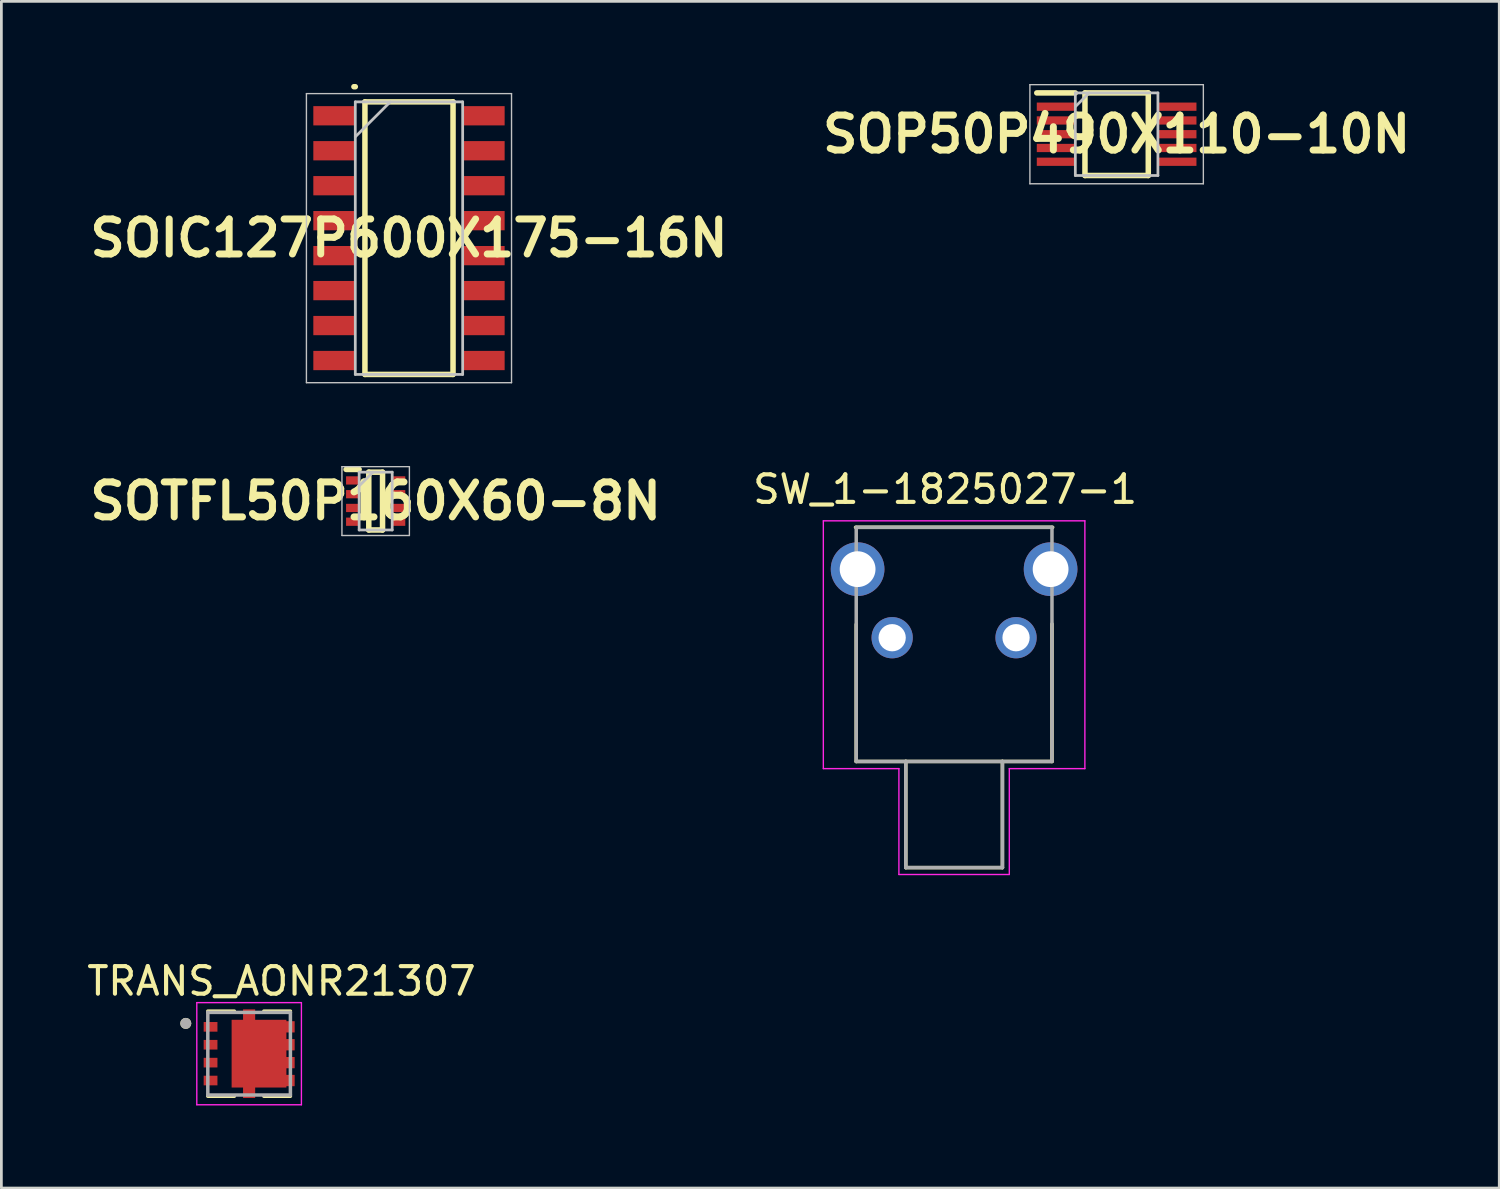
<source format=kicad_pcb>
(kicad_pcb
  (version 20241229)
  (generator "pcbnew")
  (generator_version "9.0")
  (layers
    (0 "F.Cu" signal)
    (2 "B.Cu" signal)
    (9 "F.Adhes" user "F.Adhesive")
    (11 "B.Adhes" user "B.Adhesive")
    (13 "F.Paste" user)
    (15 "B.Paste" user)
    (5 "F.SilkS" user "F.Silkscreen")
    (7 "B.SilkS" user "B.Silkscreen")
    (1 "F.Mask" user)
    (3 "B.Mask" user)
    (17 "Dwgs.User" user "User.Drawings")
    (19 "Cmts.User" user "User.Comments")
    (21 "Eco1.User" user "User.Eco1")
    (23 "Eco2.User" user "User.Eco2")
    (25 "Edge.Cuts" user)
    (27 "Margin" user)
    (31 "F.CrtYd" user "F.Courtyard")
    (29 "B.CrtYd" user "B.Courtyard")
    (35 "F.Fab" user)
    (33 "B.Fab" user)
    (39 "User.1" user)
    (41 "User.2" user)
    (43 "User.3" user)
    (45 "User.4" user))
  (footprint "SW_1-1825027-1"
    (layer "F.Cu")
    (at 31.605 20.113)
    (property "Reference" "SW_1-1825027-1" (at -0.326 -5.389 0) (layer "F.SilkS") (effects (font (size 1.002 1.002) (thickness 0.15))))
    (attr through_hole)
    (fp_line (start -3.58 -4.01) (end 3.58 -4.01) (stroke (width 0.127) (type solid)) (layer "F.SilkS"))
    (fp_line (start -3.555 4.495) (end -3.555 -0.485) (stroke (width 0.127) (type solid)) (layer "F.SilkS"))
    (fp_line (start -1.755 4.495) (end -3.555 4.495) (stroke (width 0.127) (type solid)) (layer "F.SilkS"))
    (fp_line (start -1.755 4.495) (end -1.755 8.35) (stroke (width 0.127) (type solid)) (layer "F.SilkS"))
    (fp_line (start -1.755 8.35) (end 1.755 8.35) (stroke (width 0.127) (type solid)) (layer "F.SilkS"))
    (fp_line (start 1.755 4.495) (end -1.755 4.495) (stroke (width 0.127) (type solid)) (layer "F.SilkS"))
    (fp_line (start 1.755 8.35) (end 1.755 4.495) (stroke (width 0.127) (type solid)) (layer "F.SilkS"))
    (fp_line (start 3.555 -0.5) (end 3.555 4.495) (stroke (width 0.127) (type solid)) (layer "F.SilkS"))
    (fp_line (start 3.555 4.495) (end 1.755 4.495) (stroke (width 0.127) (type solid)) (layer "F.SilkS"))
    (fp_line (start -4.75 -4.245) (end 4.75 -4.245) (stroke (width 0.05) (type solid)) (layer "F.CrtYd"))
    (fp_line (start -4.75 4.755) (end -4.75 -4.245) (stroke (width 0.05) (type solid)) (layer "F.CrtYd"))
    (fp_line (start -2.005 4.755) (end -4.75 4.755) (stroke (width 0.05) (type solid)) (layer "F.CrtYd"))
    (fp_line (start -2.005 8.6) (end -2.005 4.755) (stroke (width 0.05) (type solid)) (layer "F.CrtYd"))
    (fp_line (start 2.005 4.755) (end 2.005 8.6) (stroke (width 0.05) (type solid)) (layer "F.CrtYd"))
    (fp_line (start 2.005 8.6) (end -2.005 8.6) (stroke (width 0.05) (type solid)) (layer "F.CrtYd"))
    (fp_line (start 4.75 -4.245) (end 4.75 4.755) (stroke (width 0.05) (type solid)) (layer "F.CrtYd"))
    (fp_line (start 4.75 4.755) (end 2.005 4.755) (stroke (width 0.05) (type solid)) (layer "F.CrtYd"))
    (fp_line (start -3.555 -4.01) (end 3.555 -4.01) (stroke (width 0.127) (type solid)) (layer "F.Fab"))
    (fp_line (start -3.555 4.495) (end -3.555 -4.01) (stroke (width 0.127) (type solid)) (layer "F.Fab"))
    (fp_line (start -1.755 4.495) (end -3.555 4.495) (stroke (width 0.127) (type solid)) (layer "F.Fab"))
    (fp_line (start -1.755 4.495) (end -1.755 8.35) (stroke (width 0.127) (type solid)) (layer "F.Fab"))
    (fp_line (start -1.755 8.35) (end 1.755 8.35) (stroke (width 0.127) (type solid)) (layer "F.Fab"))
    (fp_line (start 1.755 4.495) (end -1.755 4.495) (stroke (width 0.127) (type solid)) (layer "F.Fab"))
    (fp_line (start 1.755 8.35) (end 1.755 4.495) (stroke (width 0.127) (type solid)) (layer "F.Fab"))
    (fp_line (start 3.555 -4.01) (end 3.555 4.495) (stroke (width 0.127) (type solid)) (layer "F.Fab"))
    (fp_line (start 3.555 4.495) (end 1.755 4.495) (stroke (width 0.127) (type solid)) (layer "F.Fab"))
    (pad "1" thru_hole circle (at -2.25 0) (size 1.498 1.498) (drill 0.99) (layers "*.Cu" "*.Mask"))
    (pad "2" thru_hole circle (at 2.25 0) (size 1.498 1.498) (drill 0.99) (layers "*.Cu" "*.Mask"))
    (pad "S1" thru_hole circle (at -3.505 -2.49) (size 1.95 1.95) (drill 1.3) (layers "*.Cu" "*.Mask"))
    (pad "S2" thru_hole circle (at 3.505 -2.49) (size 1.95 1.95) (drill 1.3) (layers "*.Cu" "*.Mask")))
  (footprint "TRANS_AONR21307"
    (layer "F.Cu")
    (at 5.998 35.222)
    (property "Reference" "TRANS_AONR21307" (at 1.175 -2.635 0) (layer "F.SilkS") (effects (font (size 1 1) (thickness 0.15))))
    (attr smd)
    (fp_poly (pts (xy -0.73 1.325) (xy -0.73 -1.325) (xy -0.315 -1.325) (xy -0.315 -1.705) (xy 0.315 -1.705) (xy 0.315 -1.325) (xy 1.45 -1.325) (xy 1.45 -1.275) (xy 1.75 -1.275) (xy 1.75 1.275) (xy 1.45 1.275) (xy 1.45 1.325) (xy 0.315 1.325) (xy 0.315 1.705) (xy -0.315 1.705) (xy -0.315 1.325)) (stroke (width 0.01) (type solid)) (fill yes) (layer "F.Mask"))
    (fp_line (start -0.535 -1.545) (end -1.5 -1.545) (stroke (width 0.127) (type solid)) (layer "F.SilkS"))
    (fp_line (start -0.535 1.545) (end -1.5 1.545) (stroke (width 0.127) (type solid)) (layer "F.SilkS"))
    (fp_line (start 0.535 -1.545) (end 1.5 -1.545) (stroke (width 0.127) (type solid)) (layer "F.SilkS"))
    (fp_line (start 0.535 1.545) (end 1.5 1.545) (stroke (width 0.127) (type solid)) (layer "F.SilkS"))
    (fp_circle (center -2.3 -1.1) (end -2.2 -1.1) (stroke (width 0.2) (type solid)) (fill no) (layer "F.SilkS"))
    (fp_poly (pts (xy -0.265 -0.775) (xy 0.985 -0.775) (xy 0.985 0.775) (xy -0.265 0.775)) (stroke (width 0.01) (type solid)) (fill yes) (layer "F.Paste"))
    (fp_poly (pts (xy -0.215 -1.605) (xy 0.215 -1.605) (xy 0.215 -1.225) (xy -0.215 -1.225)) (stroke (width 0.01) (type solid)) (fill yes) (layer "F.Paste"))
    (fp_poly (pts (xy -0.215 1.225) (xy 0.215 1.225) (xy 0.215 1.605) (xy -0.215 1.605)) (stroke (width 0.01) (type solid)) (fill yes) (layer "F.Paste"))
    (fp_poly (pts (xy 1.355 -1.175) (xy 1.65 -1.175) (xy 1.65 -0.775) (xy 1.355 -0.775)) (stroke (width 0.01) (type solid)) (fill yes) (layer "F.Paste"))
    (fp_poly (pts (xy 1.355 -0.525) (xy 1.65 -0.525) (xy 1.65 -0.125) (xy 1.355 -0.125)) (stroke (width 0.01) (type solid)) (fill yes) (layer "F.Paste"))
    (fp_poly (pts (xy 1.355 0.125) (xy 1.65 0.125) (xy 1.65 0.525) (xy 1.355 0.525)) (stroke (width 0.01) (type solid)) (fill yes) (layer "F.Paste"))
    (fp_poly (pts (xy 1.355 0.775) (xy 1.65 0.775) (xy 1.65 1.175) (xy 1.355 1.175)) (stroke (width 0.01) (type solid)) (fill yes) (layer "F.Paste"))
    (fp_line (start -1.9 -1.855) (end 1.9 -1.855) (stroke (width 0.05) (type solid)) (layer "F.CrtYd"))
    (fp_line (start -1.9 1.855) (end -1.9 -1.855) (stroke (width 0.05) (type solid)) (layer "F.CrtYd"))
    (fp_line (start 1.9 -1.855) (end 1.9 1.855) (stroke (width 0.05) (type solid)) (layer "F.CrtYd"))
    (fp_line (start 1.9 1.855) (end -1.9 1.855) (stroke (width 0.05) (type solid)) (layer "F.CrtYd"))
    (fp_line (start -1.5 -1.5) (end -1.5 1.5) (stroke (width 0.127) (type solid)) (layer "F.Fab"))
    (fp_line (start -1.5 1.5) (end 1.5 1.5) (stroke (width 0.127) (type solid)) (layer "F.Fab"))
    (fp_line (start 1.5 -1.5) (end -1.5 -1.5) (stroke (width 0.127) (type solid)) (layer "F.Fab"))
    (fp_line (start 1.5 1.5) (end 1.5 -1.5) (stroke (width 0.127) (type solid)) (layer "F.Fab"))
    (fp_circle (center -2.3 -1.1) (end -2.2 -1.1) (stroke (width 0.2) (type solid)) (fill no) (layer "F.Fab"))
    (pad "1" smd rect (at -1.4 -0.975) (size 0.5 0.35) (layers "F.Cu" "F.Mask" "F.Paste"))
    (pad "2" smd rect (at -1.4 -0.325) (size 0.5 0.35) (layers "F.Cu" "F.Mask" "F.Paste"))
    (pad "3" smd rect (at -1.4 0.325) (size 0.5 0.35) (layers "F.Cu" "F.Mask" "F.Paste"))
    (pad "4" smd rect (at -1.4 0.975) (size 0.5 0.35) (layers "F.Cu" "F.Mask" "F.Paste"))
    (pad "5_6_7_8" smd custom (at 0 0) (size 1 2) (layers "F.Cu") (options (anchor rect)) (primitives (gr_poly (pts (xy -0.63 1.225) (xy -0.63 -1.225) (xy -0.215 -1.225) (xy -0.215 -1.605) (xy 0.215 -1.605) (xy 0.215 -1.225) (xy 1.35 -1.225) (xy 1.35 -1.175) (xy 1.65 -1.175) (xy 1.65 -0.775) (xy 1.35 -0.775) (xy 1.35 -0.525) (xy 1.65 -0.525) (xy 1.65 -0.125) (xy 1.35 -0.125) (xy 1.35 0.125) (xy 1.65 0.125) (xy 1.65 0.525) (xy 1.35 0.525) (xy 1.35 0.775) (xy 1.65 0.775) (xy 1.65 1.175) (xy 1.35 1.175) (xy 1.35 1.225) (xy 0.215 1.225) (xy 0.215 1.605) (xy -0.215 1.605) (xy -0.215 1.225)) (width 0.01) (fill yes)))))
  (footprint "SOP50P490X110-10N"
    (layer "F.Cu")
    (at 37.508 1.825)
    (property "Reference" "SOP50P490X110-10N" (at 0 0 0) (layer "F.SilkS") (effects (font (size 1.27 1.27) (thickness 0.254))))
    (attr smd)
    (fp_line (start -2.9 -1.5) (end -1.5 -1.5) (stroke (width 0.2) (type solid)) (layer "F.SilkS"))
    (fp_line (start -1.15 -1.5) (end 1.15 -1.5) (stroke (width 0.2) (type solid)) (layer "F.SilkS"))
    (fp_line (start -1.15 1.5) (end -1.15 -1.5) (stroke (width 0.2) (type solid)) (layer "F.SilkS"))
    (fp_line (start 1.15 -1.5) (end 1.15 1.5) (stroke (width 0.2) (type solid)) (layer "F.SilkS"))
    (fp_line (start 1.15 1.5) (end -1.15 1.5) (stroke (width 0.2) (type solid)) (layer "F.SilkS"))
    (fp_line (start -3.15 -1.8) (end 3.15 -1.8) (stroke (width 0.05) (type solid)) (layer "Dwgs.User"))
    (fp_line (start -3.15 1.8) (end -3.15 -1.8) (stroke (width 0.05) (type solid)) (layer "Dwgs.User"))
    (fp_line (start -1.5 -1.5) (end 1.5 -1.5) (stroke (width 0.1) (type solid)) (layer "Dwgs.User"))
    (fp_line (start -1.5 -1) (end -1 -1.5) (stroke (width 0.1) (type solid)) (layer "Dwgs.User"))
    (fp_line (start -1.5 1.5) (end -1.5 -1.5) (stroke (width 0.1) (type solid)) (layer "Dwgs.User"))
    (fp_line (start 1.5 -1.5) (end 1.5 1.5) (stroke (width 0.1) (type solid)) (layer "Dwgs.User"))
    (fp_line (start 1.5 1.5) (end -1.5 1.5) (stroke (width 0.1) (type solid)) (layer "Dwgs.User"))
    (fp_line (start 3.15 -1.8) (end 3.15 1.8) (stroke (width 0.05) (type solid)) (layer "Dwgs.User"))
    (fp_line (start 3.15 1.8) (end -3.15 1.8) (stroke (width 0.05) (type solid)) (layer "Dwgs.User"))
    (pad "1" smd rect (at -2.2 -1 90) (size 0.3 1.4) (layers "F.Cu" "F.Mask" "F.Paste"))
    (pad "2" smd rect (at -2.2 -0.5 90) (size 0.3 1.4) (layers "F.Cu" "F.Mask" "F.Paste"))
    (pad "3" smd rect (at -2.2 0 90) (size 0.3 1.4) (layers "F.Cu" "F.Mask" "F.Paste"))
    (pad "4" smd rect (at -2.2 0.5 90) (size 0.3 1.4) (layers "F.Cu" "F.Mask" "F.Paste"))
    (pad "5" smd rect (at -2.2 1 90) (size 0.3 1.4) (layers "F.Cu" "F.Mask" "F.Paste"))
    (pad "6" smd rect (at 2.2 1 90) (size 0.3 1.4) (layers "F.Cu" "F.Mask" "F.Paste"))
    (pad "7" smd rect (at 2.2 0.5 90) (size 0.3 1.4) (layers "F.Cu" "F.Mask" "F.Paste"))
    (pad "8" smd rect (at 2.2 0 90) (size 0.3 1.4) (layers "F.Cu" "F.Mask" "F.Paste"))
    (pad "9" smd rect (at 2.2 -0.5 90) (size 0.3 1.4) (layers "F.Cu" "F.Mask" "F.Paste"))
    (pad "10" smd rect (at 2.2 -1 90) (size 0.3 1.4) (layers "F.Cu" "F.Mask" "F.Paste")))
  (footprint "SOTFL50P160X60-8N"
    (layer "F.Cu")
    (at 10.595 15.15)
    (property "Reference" "SOTFL50P160X60-8N" (at 0 0 0) (layer "F.SilkS") (effects (font (size 1.27 1.27) (thickness 0.254))))
    (attr smd)
    (fp_line (start -1.075 -1.15) (end -0.6 -1.15) (stroke (width 0.2) (type solid)) (layer "F.SilkS"))
    (fp_line (start -0.25 -1.05) (end 0.25 -1.05) (stroke (width 0.2) (type solid)) (layer "F.SilkS"))
    (fp_line (start -0.25 1.05) (end -0.25 -1.05) (stroke (width 0.2) (type solid)) (layer "F.SilkS"))
    (fp_line (start 0.25 -1.05) (end 0.25 1.05) (stroke (width 0.2) (type solid)) (layer "F.SilkS"))
    (fp_line (start 0.25 1.05) (end -0.25 1.05) (stroke (width 0.2) (type solid)) (layer "F.SilkS"))
    (fp_line (start -1.225 -1.25) (end 1.225 -1.25) (stroke (width 0.05) (type solid)) (layer "Dwgs.User"))
    (fp_line (start -1.225 1.25) (end -1.225 -1.25) (stroke (width 0.05) (type solid)) (layer "Dwgs.User"))
    (fp_line (start -0.6 -1.05) (end 0.6 -1.05) (stroke (width 0.1) (type solid)) (layer "Dwgs.User"))
    (fp_line (start -0.6 -0.55) (end -0.1 -1.05) (stroke (width 0.1) (type solid)) (layer "Dwgs.User"))
    (fp_line (start -0.6 1.05) (end -0.6 -1.05) (stroke (width 0.1) (type solid)) (layer "Dwgs.User"))
    (fp_line (start 0.6 -1.05) (end 0.6 1.05) (stroke (width 0.1) (type solid)) (layer "Dwgs.User"))
    (fp_line (start 0.6 1.05) (end -0.6 1.05) (stroke (width 0.1) (type solid)) (layer "Dwgs.User"))
    (fp_line (start 1.225 -1.25) (end 1.225 1.25) (stroke (width 0.05) (type solid)) (layer "Dwgs.User"))
    (fp_line (start 1.225 1.25) (end -1.225 1.25) (stroke (width 0.05) (type solid)) (layer "Dwgs.User"))
    (pad "1" smd rect (at -0.838 -0.75 90) (size 0.3 0.475) (layers "F.Cu" "F.Mask" "F.Paste"))
    (pad "2" smd rect (at -0.838 -0.25 90) (size 0.3 0.475) (layers "F.Cu" "F.Mask" "F.Paste"))
    (pad "3" smd rect (at -0.838 0.25 90) (size 0.3 0.475) (layers "F.Cu" "F.Mask" "F.Paste"))
    (pad "4" smd rect (at -0.838 0.75 90) (size 0.3 0.475) (layers "F.Cu" "F.Mask" "F.Paste"))
    (pad "5" smd rect (at 0.838 0.75 90) (size 0.3 0.475) (layers "F.Cu" "F.Mask" "F.Paste"))
    (pad "6" smd rect (at 0.838 0.25 90) (size 0.3 0.475) (layers "F.Cu" "F.Mask" "F.Paste"))
    (pad "7" smd rect (at 0.838 -0.25 90) (size 0.3 0.475) (layers "F.Cu" "F.Mask" "F.Paste"))
    (pad "8" smd rect (at 0.838 -0.75 90) (size 0.3 0.475) (layers "F.Cu" "F.Mask" "F.Paste")))
  (footprint "SOIC127P600X175-16N"
    (layer "F.Cu")
    (at 11.805 5.6)
    (property "Reference" "SOIC127P600X175-16N" (at 0 0 0) (layer "F.SilkS") (effects (font (size 1.27 1.27) (thickness 0.254))))
    (attr smd)
    (fp_line (start -2 -5.5) (end -1.95 -5.5) (stroke (width 0.2) (type solid)) (layer "F.SilkS"))
    (fp_line (start -1.6 -4.95) (end 1.6 -4.95) (stroke (width 0.2) (type solid)) (layer "F.SilkS"))
    (fp_line (start -1.6 4.95) (end -1.6 -4.95) (stroke (width 0.2) (type solid)) (layer "F.SilkS"))
    (fp_line (start 1.6 -4.95) (end 1.6 4.95) (stroke (width 0.2) (type solid)) (layer "F.SilkS"))
    (fp_line (start 1.6 4.95) (end -1.6 4.95) (stroke (width 0.2) (type solid)) (layer "F.SilkS"))
    (fp_line (start -3.725 -5.25) (end 3.725 -5.25) (stroke (width 0.05) (type solid)) (layer "Dwgs.User"))
    (fp_line (start -3.725 5.25) (end -3.725 -5.25) (stroke (width 0.05) (type solid)) (layer "Dwgs.User"))
    (fp_line (start -1.95 -4.95) (end 1.95 -4.95) (stroke (width 0.1) (type solid)) (layer "Dwgs.User"))
    (fp_line (start -1.95 -3.68) (end -0.68 -4.95) (stroke (width 0.1) (type solid)) (layer "Dwgs.User"))
    (fp_line (start -1.95 4.95) (end -1.95 -4.95) (stroke (width 0.1) (type solid)) (layer "Dwgs.User"))
    (fp_line (start 1.95 -4.95) (end 1.95 4.95) (stroke (width 0.1) (type solid)) (layer "Dwgs.User"))
    (fp_line (start 1.95 4.95) (end -1.95 4.95) (stroke (width 0.1) (type solid)) (layer "Dwgs.User"))
    (fp_line (start 3.725 -5.25) (end 3.725 5.25) (stroke (width 0.05) (type solid)) (layer "Dwgs.User"))
    (fp_line (start 3.725 5.25) (end -3.725 5.25) (stroke (width 0.05) (type solid)) (layer "Dwgs.User"))
    (pad "1" smd rect (at -2.712 -4.445 90) (size 0.7 1.525) (layers "F.Cu" "F.Mask" "F.Paste"))
    (pad "2" smd rect (at -2.712 -3.175 90) (size 0.7 1.525) (layers "F.Cu" "F.Mask" "F.Paste"))
    (pad "3" smd rect (at -2.712 -1.905 90) (size 0.7 1.525) (layers "F.Cu" "F.Mask" "F.Paste"))
    (pad "4" smd rect (at -2.712 -0.635 90) (size 0.7 1.525) (layers "F.Cu" "F.Mask" "F.Paste"))
    (pad "5" smd rect (at -2.712 0.635 90) (size 0.7 1.525) (layers "F.Cu" "F.Mask" "F.Paste"))
    (pad "6" smd rect (at -2.712 1.905 90) (size 0.7 1.525) (layers "F.Cu" "F.Mask" "F.Paste"))
    (pad "7" smd rect (at -2.712 3.175 90) (size 0.7 1.525) (layers "F.Cu" "F.Mask" "F.Paste"))
    (pad "8" smd rect (at -2.712 4.445 90) (size 0.7 1.525) (layers "F.Cu" "F.Mask" "F.Paste"))
    (pad "9" smd rect (at 2.712 4.445 90) (size 0.7 1.525) (layers "F.Cu" "F.Mask" "F.Paste"))
    (pad "10" smd rect (at 2.712 3.175 90) (size 0.7 1.525) (layers "F.Cu" "F.Mask" "F.Paste"))
    (pad "11" smd rect (at 2.712 1.905 90) (size 0.7 1.525) (layers "F.Cu" "F.Mask" "F.Paste"))
    (pad "12" smd rect (at 2.712 0.635 90) (size 0.7 1.525) (layers "F.Cu" "F.Mask" "F.Paste"))
    (pad "13" smd rect (at 2.712 -0.635 90) (size 0.7 1.525) (layers "F.Cu" "F.Mask" "F.Paste"))
    (pad "14" smd rect (at 2.712 -1.905 90) (size 0.7 1.525) (layers "F.Cu" "F.Mask" "F.Paste"))
    (pad "15" smd rect (at 2.712 -3.175 90) (size 0.7 1.525) (layers "F.Cu" "F.Mask" "F.Paste"))
    (pad "16" smd rect (at 2.712 -4.445 90) (size 0.7 1.525) (layers "F.Cu" "F.Mask" "F.Paste")))
  (gr_rect
    (start -3 -3)
    (end 51.406 40.102)
    (stroke (width 0.1) (type default))
    (fill no)
    (layer "Edge.Cuts")))
</source>
